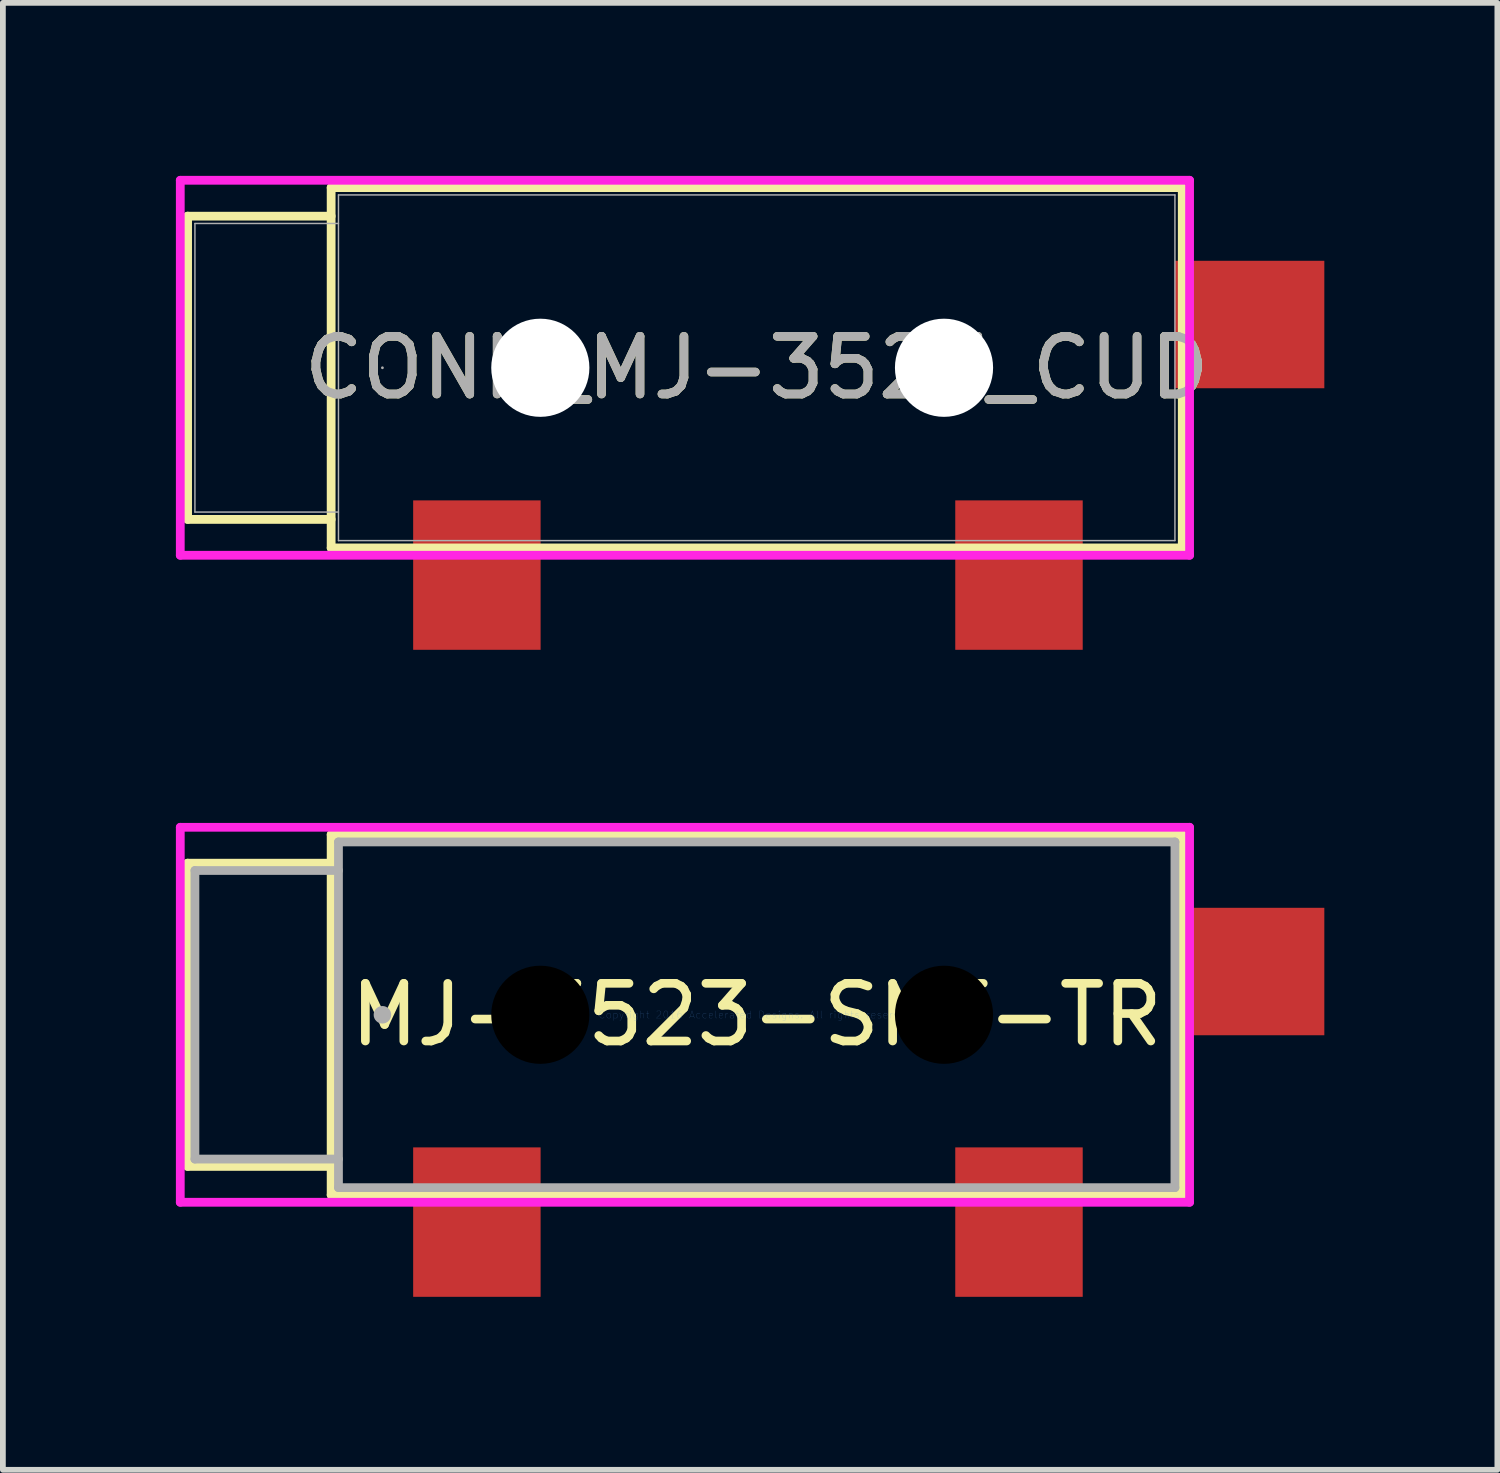
<source format=kicad_pcb>
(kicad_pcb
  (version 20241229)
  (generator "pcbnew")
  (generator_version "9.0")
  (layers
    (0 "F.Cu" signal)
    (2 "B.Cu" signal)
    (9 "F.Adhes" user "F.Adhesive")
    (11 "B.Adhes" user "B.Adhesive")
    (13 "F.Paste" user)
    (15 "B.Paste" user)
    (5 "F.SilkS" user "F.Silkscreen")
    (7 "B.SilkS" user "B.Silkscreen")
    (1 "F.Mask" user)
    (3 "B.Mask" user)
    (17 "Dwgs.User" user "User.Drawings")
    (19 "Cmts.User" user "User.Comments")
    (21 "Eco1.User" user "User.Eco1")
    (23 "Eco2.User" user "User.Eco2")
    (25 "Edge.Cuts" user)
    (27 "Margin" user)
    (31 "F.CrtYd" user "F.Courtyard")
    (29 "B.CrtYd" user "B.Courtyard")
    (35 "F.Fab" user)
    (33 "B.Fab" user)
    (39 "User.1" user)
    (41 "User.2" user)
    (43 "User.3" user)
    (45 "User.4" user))
  (footprint "CONN_MJ-3523_CUD"
    (layer "F.Cu")
    (at 10.071 3.327)
    (property "Reference" "CONN_MJ-3523_CUD" (at 0 0 0) (unlocked yes) (layer "F.SilkS") (effects (font (size 1 1) (thickness 0.15))))
    (attr smd)
    (fp_line (start -9.868 -2.629) (end -9.868 2.629) (stroke (width 0.152) (type solid)) (layer "F.SilkS"))
    (fp_line (start -9.868 2.629) (end -7.379 2.629) (stroke (width 0.152) (type solid)) (layer "F.SilkS"))
    (fp_line (start -7.379 -3.124) (end -7.379 3.124) (stroke (width 0.152) (type solid)) (layer "F.SilkS"))
    (fp_line (start -7.379 -2.629) (end -9.868 -2.629) (stroke (width 0.152) (type solid)) (layer "F.SilkS"))
    (fp_line (start -7.379 3.124) (end 7.379 3.124) (stroke (width 0.152) (type solid)) (layer "F.SilkS"))
    (fp_line (start 7.379 -3.124) (end -7.379 -3.124) (stroke (width 0.152) (type solid)) (layer "F.SilkS"))
    (fp_line (start 7.379 3.124) (end 7.379 -3.124) (stroke (width 0.152) (type solid)) (layer "F.SilkS"))
    (fp_line (start -9.995 -3.251) (end 7.506 -3.251) (stroke (width 0.152) (type solid)) (layer "F.CrtYd"))
    (fp_line (start -9.995 3.251) (end -9.995 -3.251) (stroke (width 0.152) (type solid)) (layer "F.CrtYd"))
    (fp_line (start 7.506 -3.251) (end 7.506 3.251) (stroke (width 0.152) (type solid)) (layer "F.CrtYd"))
    (fp_line (start 7.506 3.251) (end -9.995 3.251) (stroke (width 0.152) (type solid)) (layer "F.CrtYd"))
    (fp_line (start -9.741 -2.502) (end -9.741 2.502) (stroke (width 0.025) (type solid)) (layer "F.Fab"))
    (fp_line (start -9.741 2.502) (end -7.252 2.502) (stroke (width 0.025) (type solid)) (layer "F.Fab"))
    (fp_line (start -7.252 -2.997) (end -7.252 2.997) (stroke (width 0.025) (type solid)) (layer "F.Fab"))
    (fp_line (start -7.252 -2.502) (end -9.741 -2.502) (stroke (width 0.025) (type solid)) (layer "F.Fab"))
    (fp_line (start -7.252 2.997) (end 7.252 2.997) (stroke (width 0.025) (type solid)) (layer "F.Fab"))
    (fp_line (start 7.252 -2.997) (end -7.252 -2.997) (stroke (width 0.025) (type solid)) (layer "F.Fab"))
    (fp_line (start 7.252 2.997) (end 7.252 -2.997) (stroke (width 0.025) (type solid)) (layer "F.Fab"))
    (fp_circle (center -6.49 0) (end -6.49 0) (stroke (width 0.025) (type solid)) (fill no) (layer "F.Fab"))
    (fp_text user "${REFERENCE}" (at 0 0 0) (unlocked yes) (layer "F.Fab") (effects (font (size 1 1) (thickness 0.15))))
    (pad "" np_thru_hole circle (at -3.752 0) (size 1.702 1.702) (drill 1.702) (layers "*.Cu" "*.Mask"))
    (pad "" np_thru_hole circle (at 3.248 0) (size 1.702 1.702) (drill 1.702) (layers "*.Cu" "*.Mask"))
    (pad "1" smd rect (at -4.852 3.595) (size 2.21 2.591) (layers "F.Cu" "F.Mask" "F.Paste"))
    (pad "2" smd rect (at 4.548 3.595) (size 2.21 2.591) (layers "F.Cu" "F.Mask" "F.Paste"))
    (pad "10" smd rect (at 8.547 -0.75) (size 2.591 2.21) (layers "F.Cu" "F.Mask" "F.Paste")))
  (footprint "MJ-3523-SMT-TR"
    (layer "F.Cu")
    (at 10.071 14.546)
    (property "Reference" "MJ-3523-SMT-TR" (at 0 0 0) (layer "F.SilkS") (effects (font (size 1 1) (thickness 0.15))))
    (attr through_hole)
    (fp_line (start -9.868 -2.629) (end -9.868 2.629) (stroke (width 0.152) (type solid)) (layer "F.SilkS"))
    (fp_line (start -9.868 2.629) (end -7.379 2.629) (stroke (width 0.152) (type solid)) (layer "F.SilkS"))
    (fp_line (start -7.379 -3.124) (end -7.379 3.124) (stroke (width 0.152) (type solid)) (layer "F.SilkS"))
    (fp_line (start -7.379 -2.629) (end -9.868 -2.629) (stroke (width 0.152) (type solid)) (layer "F.SilkS"))
    (fp_line (start -7.379 3.124) (end 7.379 3.124) (stroke (width 0.152) (type solid)) (layer "F.SilkS"))
    (fp_line (start 7.379 -3.124) (end -7.379 -3.124) (stroke (width 0.152) (type solid)) (layer "F.SilkS"))
    (fp_line (start 7.379 3.124) (end 7.379 -3.124) (stroke (width 0.152) (type solid)) (layer "F.SilkS"))
    (fp_line (start -9.995 -3.251) (end 7.506 -3.251) (stroke (width 0.152) (type solid)) (layer "F.CrtYd"))
    (fp_line (start -9.995 3.251) (end -9.995 -3.251) (stroke (width 0.152) (type solid)) (layer "F.CrtYd"))
    (fp_line (start 7.506 -3.251) (end 7.506 3.251) (stroke (width 0.152) (type solid)) (layer "F.CrtYd"))
    (fp_line (start 7.506 3.251) (end -9.995 3.251) (stroke (width 0.152) (type solid)) (layer "F.CrtYd"))
    (fp_line (start -9.741 -2.502) (end -9.741 2.502) (stroke (width 0.152) (type solid)) (layer "F.Fab"))
    (fp_line (start -9.741 2.502) (end -7.252 2.502) (stroke (width 0.152) (type solid)) (layer "F.Fab"))
    (fp_line (start -7.252 -2.997) (end -7.252 2.997) (stroke (width 0.152) (type solid)) (layer "F.Fab"))
    (fp_line (start -7.252 -2.502) (end -9.741 -2.502) (stroke (width 0.152) (type solid)) (layer "F.Fab"))
    (fp_line (start -7.252 2.997) (end 7.252 2.997) (stroke (width 0.152) (type solid)) (layer "F.Fab"))
    (fp_line (start 7.252 -2.997) (end -7.252 -2.997) (stroke (width 0.152) (type solid)) (layer "F.Fab"))
    (fp_line (start 7.252 2.997) (end 7.252 -2.997) (stroke (width 0.152) (type solid)) (layer "F.Fab"))
    (fp_circle (center -6.49 0) (end -6.49 0) (stroke (width 0.152) (type solid)) (fill no) (layer "F.Fab"))
    (fp_text user "Copyright 2016 Accelerated Designs. All rights reserved." (at 0 0 0) (layer "Cmts.User") (effects (font (size 0.127 0.127) (thickness 0.002))))
    (pad "" np_thru_hole circle (at -3.752 0) (size 1.702 1.702) (drill 1.702) (layers))
    (pad "" np_thru_hole circle (at 3.248 0) (size 1.702 1.702) (drill 1.702) (layers))
    (pad "1" smd rect (at -4.852 3.595) (size 2.21 2.591) (layers "F.Cu" "F.Mask" "F.Paste"))
    (pad "2" smd rect (at 4.548 3.595) (size 2.21 2.591) (layers "F.Cu" "F.Mask" "F.Paste"))
    (pad "10" smd rect (at 8.547 -0.75) (size 2.591 2.21) (layers "F.Cu" "F.Mask" "F.Paste")))
  (gr_rect
    (start -3 -3)
    (end 22.914 22.436)
    (stroke (width 0.1) (type default))
    (fill no)
    (layer "Edge.Cuts")))
</source>
